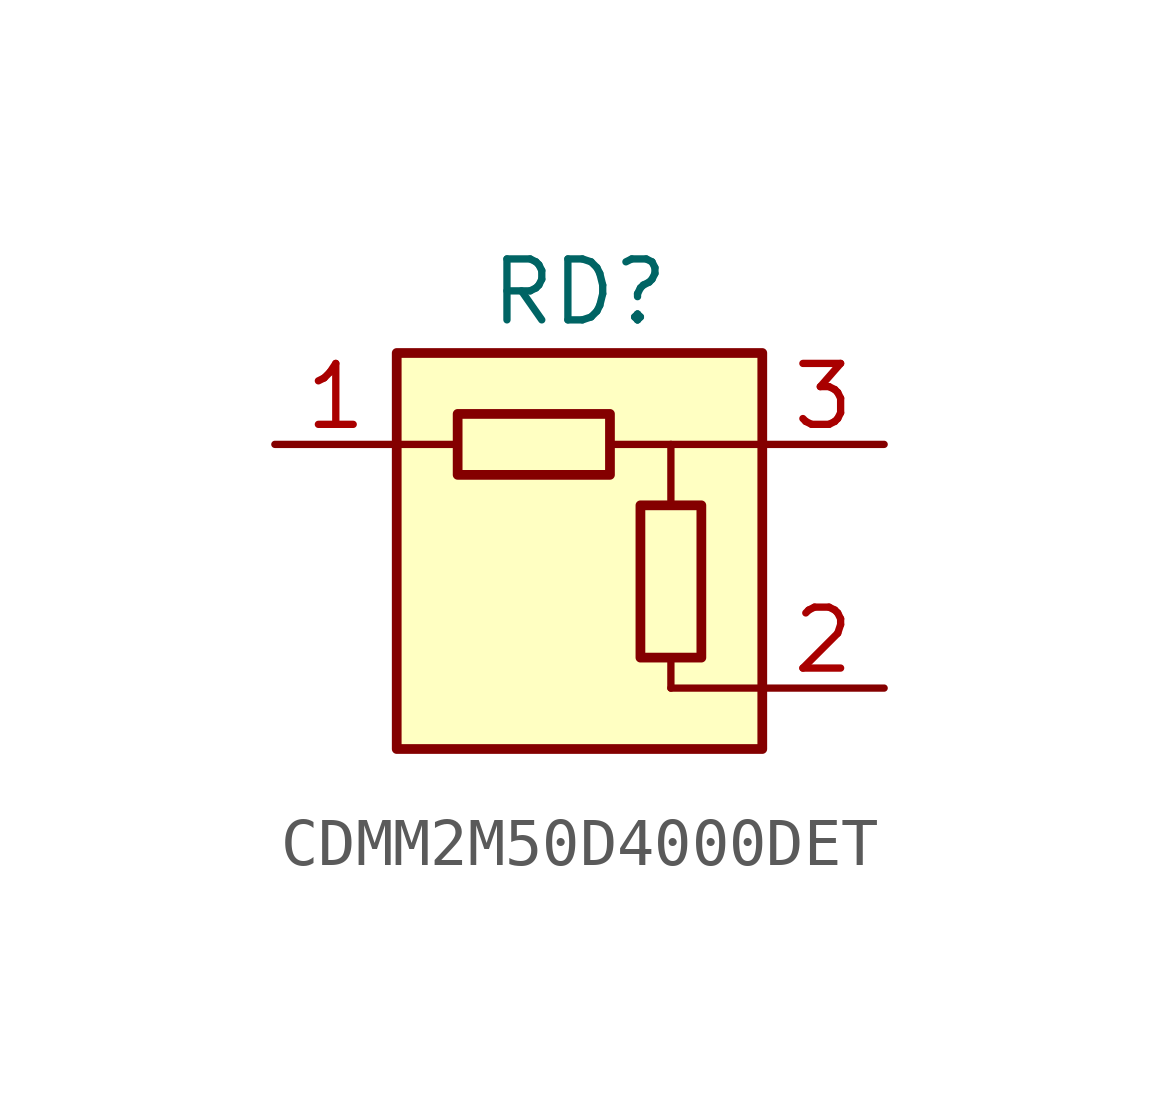
<source format=kicad_sym>
(kicad_symbol_lib
  (version 20231120)
  (generator "kicad_symbol_editor")
  (generator_version "8.0")
  (symbol "CDMM2M50D4000DET"
    (pin_names
      (offset 0))
    (property "Reference" "RD"
      (at 0 5.715 0)
      (effects (font (size 1.27 1.27))))
    (property "Value" ""
      (at 1.905 2.54 0)
      (effects (font (size 1.27 1.27))))
    (symbol "CDMM2M50D4000DET_0_1"
      (rectangle (start -2.54 3.175) (end 0.635 1.905) (stroke (width 0.203) (type default)) (fill (type none)))
      (polyline (pts (xy 1.905 -2.54) (xy 3.81 -2.54)) (stroke (width 0) (type default)) (fill (type none)))
      (polyline (pts (xy 1.905 2.54) (xy 3.81 2.54)) (stroke (width 0) (type default)) (fill (type none)))
      (polyline (pts (xy 0.635 2.54) (xy 1.905 2.54) (xy 1.905 1.27)) (stroke (width 0) (type default)) (fill (type none)))
      (rectangle (start 1.27 1.27) (end 2.54 -1.905) (stroke (width 0.203) (type default)) (fill (type none))))
    (symbol "CDMM2M50D4000DET_1_1"
      (rectangle (start -3.81 4.445) (end 3.81 -3.81) (stroke (width 0.203) (type default)) (fill (type background)))
      (polyline (pts (xy -2.54 2.54) (xy -3.81 2.54)) (stroke (width 0) (type default)) (fill (type none)))
      (polyline (pts (xy 1.905 -1.905) (xy 1.905 -2.54)) (stroke (width 0) (type default)) (fill (type none)))
      (pin power_in line (at -6.35 2.54 0) (length 2.54) (name "~" (effects (font (size 1.27 1.27)))) (number "1" (effects (font (size 1.27 1.27)))))
      (pin power_out line (at 6.35 -2.54 180) (length 2.54) (name "~" (effects (font (size 1.27 1.27)))) (number "2" (effects (font (size 1.27 1.27)))))
      (pin output line (at 6.35 2.54 180) (length 2.54) (name "~" (effects (font (size 1.27 1.27)))) (number "3" (effects (font (size 1.27 1.27))))))))
</source>
